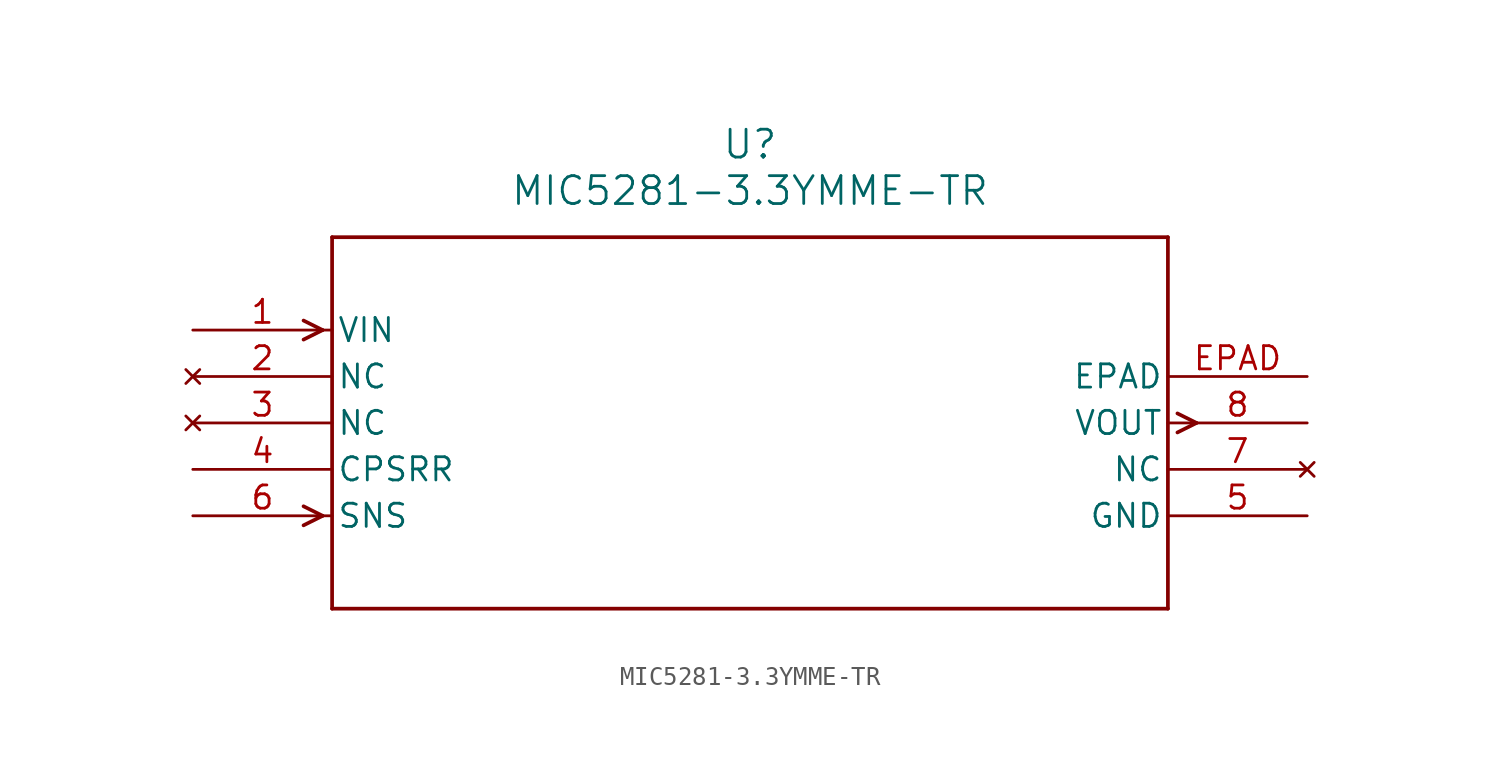
<source format=kicad_sym>
(kicad_symbol_lib
  (version 20211014)
  (generator kicad_symbol_editor)
  (symbol "MIC5281-3.3YMME-TR"
    (pin_names
      (offset 0.254))
    (property "Reference" "U"
      (at 30.48 10.16 0)
      (effects (font (size 1.524 1.524))))
    (property "Value" "MIC5281-3.3YMME-TR"
      (at 30.48 7.62 0)
      (effects (font (size 1.524 1.524))))
    (symbol "MIC5281-3.3YMME-TR_0_1"
      (polyline (pts (xy 7.099 0) (xy 6.058 0.521)) (stroke (width 0.203) (type default) (color 0 0 0 0)) (fill (type none)))
      (polyline (pts (xy 7.099 0) (xy 6.058 -0.521)) (stroke (width 0.203) (type default) (color 0 0 0 0)) (fill (type none)))
      (polyline (pts (xy 7.099 -10.16) (xy 6.058 -9.639)) (stroke (width 0.203) (type default) (color 0 0 0 0)) (fill (type none)))
      (polyline (pts (xy 7.099 -10.16) (xy 6.058 -10.681)) (stroke (width 0.203) (type default) (color 0 0 0 0)) (fill (type none)))
      (polyline (pts (xy 53.861 -4.559) (xy 54.902 -5.08)) (stroke (width 0.203) (type default) (color 0 0 0 0)) (fill (type none)))
      (polyline (pts (xy 53.861 -5.601) (xy 54.902 -5.08)) (stroke (width 0.203) (type default) (color 0 0 0 0)) (fill (type none)))
      (polyline (pts (xy 7.62 5.08) (xy 7.62 -15.24)) (stroke (width 0.203) (type default) (color 0 0 0 0)) (fill (type none)))
      (polyline (pts (xy 7.62 -15.24) (xy 53.34 -15.24)) (stroke (width 0.203) (type default) (color 0 0 0 0)) (fill (type none)))
      (polyline (pts (xy 53.34 -15.24) (xy 53.34 5.08)) (stroke (width 0.203) (type default) (color 0 0 0 0)) (fill (type none)))
      (polyline (pts (xy 53.34 5.08) (xy 7.62 5.08)) (stroke (width 0.203) (type default) (color 0 0 0 0)) (fill (type none)))
      (pin input line (at 0 0 0) (length 7.62) (name "VIN" (effects (font (size 1.27 1.27)))) (number "1" (effects (font (size 1.27 1.27)))))
      (pin no_connect line (at 0 -2.54 0) (length 7.62) (name "NC" (effects (font (size 1.27 1.27)))) (number "2" (effects (font (size 1.27 1.27)))))
      (pin no_connect line (at 0 -5.08 0) (length 7.62) (name "NC" (effects (font (size 1.27 1.27)))) (number "3" (effects (font (size 1.27 1.27)))))
      (pin unspecified line (at 0 -7.62 0) (length 7.62) (name "CPSRR" (effects (font (size 1.27 1.27)))) (number "4" (effects (font (size 1.27 1.27)))))
      (pin power_in line (at 60.96 -10.16 180) (length 7.62) (name "GND" (effects (font (size 1.27 1.27)))) (number "5" (effects (font (size 1.27 1.27)))))
      (pin input line (at 0 -10.16 0) (length 7.62) (name "SNS" (effects (font (size 1.27 1.27)))) (number "6" (effects (font (size 1.27 1.27)))))
      (pin no_connect line (at 60.96 -7.62 180) (length 7.62) (name "NC" (effects (font (size 1.27 1.27)))) (number "7" (effects (font (size 1.27 1.27)))))
      (pin output line (at 60.96 -5.08 180) (length 7.62) (name "VOUT" (effects (font (size 1.27 1.27)))) (number "8" (effects (font (size 1.27 1.27)))))
      (pin unspecified line (at 60.96 -2.54 180) (length 7.62) (name "EPAD" (effects (font (size 1.27 1.27)))) (number "EPAD" (effects (font (size 1.27 1.27))))))))
</source>
